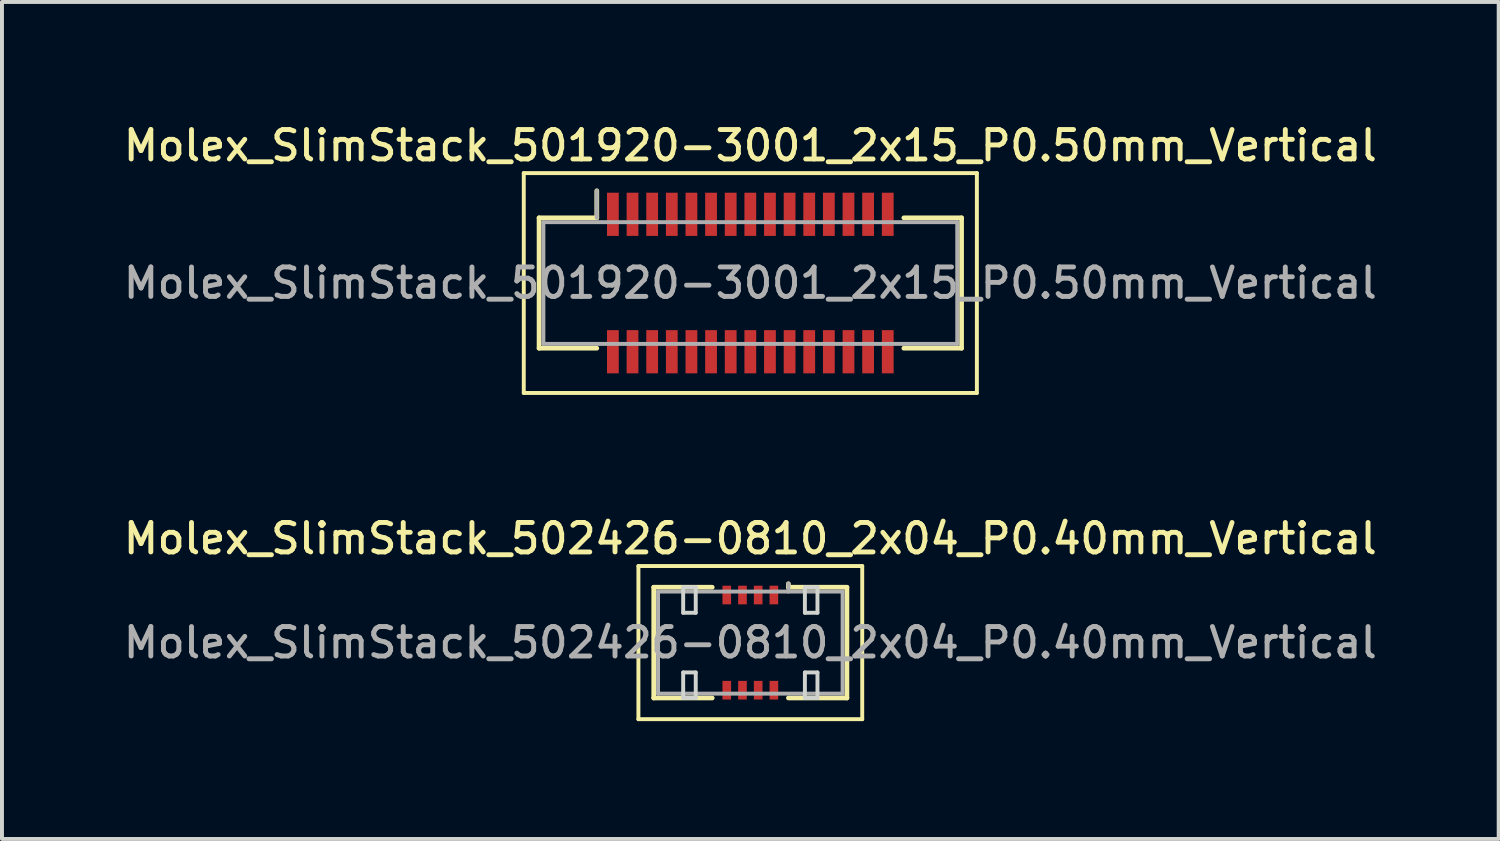
<source format=kicad_pcb>
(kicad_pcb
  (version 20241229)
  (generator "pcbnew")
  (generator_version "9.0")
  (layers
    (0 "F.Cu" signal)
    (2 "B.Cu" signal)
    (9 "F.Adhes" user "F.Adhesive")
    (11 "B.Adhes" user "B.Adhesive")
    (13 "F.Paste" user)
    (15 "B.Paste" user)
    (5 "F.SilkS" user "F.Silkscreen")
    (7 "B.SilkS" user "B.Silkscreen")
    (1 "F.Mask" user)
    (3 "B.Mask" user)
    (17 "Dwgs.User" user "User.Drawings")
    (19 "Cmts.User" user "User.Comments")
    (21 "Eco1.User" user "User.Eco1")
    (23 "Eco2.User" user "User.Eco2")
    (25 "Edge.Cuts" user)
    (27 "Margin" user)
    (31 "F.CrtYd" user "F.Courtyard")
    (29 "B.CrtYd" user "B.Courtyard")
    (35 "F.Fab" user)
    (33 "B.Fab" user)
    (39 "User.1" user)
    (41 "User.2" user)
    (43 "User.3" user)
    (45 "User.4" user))
  (footprint "Molex_SlimStack_502426-0810_2x04_P0.40mm_Vertical"
    (layer "F.Cu")
    (at 16.059 13.316)
    (property "Reference" "Molex_SlimStack_502426-0810_2x04_P0.40mm_Vertical" (at 0 -2.65 0) (layer "F.SilkS") (effects (font (size 0.75 0.75) (thickness 0.125))))
    (attr smd)
    (fp_line (start -2.85 -1.95) (end -2.85 1.95) (stroke (width 0.1) (type solid)) (layer "F.SilkS"))
    (fp_line (start -2.85 1.95) (end 2.85 1.95) (stroke (width 0.1) (type solid)) (layer "F.SilkS"))
    (fp_line (start -2.46 -1.41) (end -0.97 -1.41) (stroke (width 0.12) (type solid)) (layer "F.SilkS"))
    (fp_line (start -2.46 1.41) (end -2.46 -1.41) (stroke (width 0.12) (type solid)) (layer "F.SilkS"))
    (fp_line (start -0.97 1.41) (end -2.46 1.41) (stroke (width 0.12) (type solid)) (layer "F.SilkS"))
    (fp_line (start 0.97 -1.41) (end 0.97 -1.5) (stroke (width 0.12) (type solid)) (layer "F.SilkS"))
    (fp_line (start 0.97 1.41) (end 2.46 1.41) (stroke (width 0.12) (type solid)) (layer "F.SilkS"))
    (fp_line (start 2.46 -1.41) (end 0.97 -1.41) (stroke (width 0.12) (type solid)) (layer "F.SilkS"))
    (fp_line (start 2.46 1.41) (end 2.46 -1.41) (stroke (width 0.12) (type solid)) (layer "F.SilkS"))
    (fp_line (start 2.85 -1.95) (end -2.85 -1.95) (stroke (width 0.1) (type solid)) (layer "F.SilkS"))
    (fp_line (start 2.85 1.95) (end 2.85 -1.95) (stroke (width 0.1) (type solid)) (layer "F.SilkS"))
    (fp_line (start -1.71 -1.41) (end -1.71 -0.76) (stroke (width 0.1) (type solid)) (layer "Edge.Cuts"))
    (fp_line (start -1.71 -0.76) (end -1.39 -0.76) (stroke (width 0.1) (type solid)) (layer "Edge.Cuts"))
    (fp_line (start -1.71 0.76) (end -1.71 1.41) (stroke (width 0.1) (type solid)) (layer "Edge.Cuts"))
    (fp_line (start -1.71 1.41) (end -1.39 1.41) (stroke (width 0.1) (type solid)) (layer "Edge.Cuts"))
    (fp_line (start -1.39 -1.41) (end -1.71 -1.41) (stroke (width 0.1) (type solid)) (layer "Edge.Cuts"))
    (fp_line (start -1.39 -0.76) (end -1.39 -1.41) (stroke (width 0.1) (type solid)) (layer "Edge.Cuts"))
    (fp_line (start -1.39 0.76) (end -1.71 0.76) (stroke (width 0.1) (type solid)) (layer "Edge.Cuts"))
    (fp_line (start -1.39 1.41) (end -1.39 0.76) (stroke (width 0.1) (type solid)) (layer "Edge.Cuts"))
    (fp_line (start 1.39 -1.41) (end 1.39 -0.76) (stroke (width 0.1) (type solid)) (layer "Edge.Cuts"))
    (fp_line (start 1.39 -0.76) (end 1.71 -0.76) (stroke (width 0.1) (type solid)) (layer "Edge.Cuts"))
    (fp_line (start 1.39 0.76) (end 1.39 1.41) (stroke (width 0.1) (type solid)) (layer "Edge.Cuts"))
    (fp_line (start 1.39 1.41) (end 1.71 1.41) (stroke (width 0.1) (type solid)) (layer "Edge.Cuts"))
    (fp_line (start 1.71 -1.41) (end 1.39 -1.41) (stroke (width 0.1) (type solid)) (layer "Edge.Cuts"))
    (fp_line (start 1.71 -0.76) (end 1.71 -1.41) (stroke (width 0.1) (type solid)) (layer "Edge.Cuts"))
    (fp_line (start 1.71 0.76) (end 1.39 0.76) (stroke (width 0.1) (type solid)) (layer "Edge.Cuts"))
    (fp_line (start 1.71 1.41) (end 1.71 0.76) (stroke (width 0.1) (type solid)) (layer "Edge.Cuts"))
    (fp_line (start -2.35 -1.3) (end -2.35 1.3) (stroke (width 0.1) (type solid)) (layer "F.Fab"))
    (fp_line (start -2.35 1.3) (end 2.35 1.3) (stroke (width 0.1) (type solid)) (layer "F.Fab"))
    (fp_line (start 0.97 -1.3) (end 0.97 -1.5) (stroke (width 0.1) (type solid)) (layer "F.Fab"))
    (fp_line (start 2.35 -1.3) (end -2.35 -1.3) (stroke (width 0.1) (type solid)) (layer "F.Fab"))
    (fp_line (start 2.35 1.3) (end 2.35 -1.3) (stroke (width 0.1) (type solid)) (layer "F.Fab"))
    (fp_text user "${REFERENCE}" (at 0 0 0) (layer "F.Fab") (effects (font (size 0.75 0.75) (thickness 0.125))))
    (pad "1" smd rect (at 0.6 -1.212) (size 0.22 0.475) (layers "F.Cu" "F.Mask" "F.Paste"))
    (pad "2" smd rect (at 0.6 1.212) (size 0.22 0.475) (layers "F.Cu" "F.Mask" "F.Paste"))
    (pad "3" smd rect (at 0.2 -1.212) (size 0.22 0.475) (layers "F.Cu" "F.Mask" "F.Paste"))
    (pad "4" smd rect (at 0.2 1.212) (size 0.22 0.475) (layers "F.Cu" "F.Mask" "F.Paste"))
    (pad "5" smd rect (at -0.2 -1.212) (size 0.22 0.475) (layers "F.Cu" "F.Mask" "F.Paste"))
    (pad "6" smd rect (at -0.2 1.212) (size 0.22 0.475) (layers "F.Cu" "F.Mask" "F.Paste"))
    (pad "7" smd rect (at -0.6 -1.212) (size 0.22 0.475) (layers "F.Cu" "F.Mask" "F.Paste"))
    (pad "8" smd rect (at -0.6 1.212) (size 0.22 0.475) (layers "F.Cu" "F.Mask" "F.Paste")))
  (footprint "Molex_SlimStack_501920-3001_2x15_P0.50mm_Vertical"
    (layer "F.Cu")
    (at 16.059 4.158)
    (property "Reference" "Molex_SlimStack_501920-3001_2x15_P0.50mm_Vertical" (at 0 -3.5 0) (layer "F.SilkS") (effects (font (size 0.75 0.75) (thickness 0.125))))
    (attr smd)
    (fp_line (start -5.77 -2.8) (end -5.77 2.8) (stroke (width 0.1) (type solid)) (layer "F.SilkS"))
    (fp_line (start -5.77 2.8) (end 5.77 2.8) (stroke (width 0.1) (type solid)) (layer "F.SilkS"))
    (fp_line (start -5.38 -1.66) (end -3.91 -1.66) (stroke (width 0.12) (type solid)) (layer "F.SilkS"))
    (fp_line (start -5.38 1.66) (end -5.38 -1.66) (stroke (width 0.12) (type solid)) (layer "F.SilkS"))
    (fp_line (start -3.91 -1.66) (end -3.91 -2.35) (stroke (width 0.12) (type solid)) (layer "F.SilkS"))
    (fp_line (start -3.91 1.66) (end -5.38 1.66) (stroke (width 0.12) (type solid)) (layer "F.SilkS"))
    (fp_line (start 3.91 1.66) (end 5.38 1.66) (stroke (width 0.12) (type solid)) (layer "F.SilkS"))
    (fp_line (start 5.38 -1.66) (end 3.91 -1.66) (stroke (width 0.12) (type solid)) (layer "F.SilkS"))
    (fp_line (start 5.38 1.66) (end 5.38 -1.66) (stroke (width 0.12) (type solid)) (layer "F.SilkS"))
    (fp_line (start 5.77 -2.8) (end -5.77 -2.8) (stroke (width 0.1) (type solid)) (layer "F.SilkS"))
    (fp_line (start 5.77 2.8) (end 5.77 -2.8) (stroke (width 0.1) (type solid)) (layer "F.SilkS"))
    (fp_line (start -5.27 -1.55) (end -5.27 1.55) (stroke (width 0.1) (type solid)) (layer "F.Fab"))
    (fp_line (start -5.27 1.55) (end 5.27 1.55) (stroke (width 0.1) (type solid)) (layer "F.Fab"))
    (fp_line (start -3.91 -1.66) (end -3.91 -2.35) (stroke (width 0.1) (type solid)) (layer "F.Fab"))
    (fp_line (start 5.27 -1.55) (end -5.27 -1.55) (stroke (width 0.1) (type solid)) (layer "F.Fab"))
    (fp_line (start 5.27 1.55) (end 5.27 -1.55) (stroke (width 0.1) (type solid)) (layer "F.Fab"))
    (fp_text user "${REFERENCE}" (at 0 0 0) (layer "F.Fab") (effects (font (size 0.75 0.75) (thickness 0.125))))
    (pad "1" smd rect (at -3.5 -1.75) (size 0.3 1.1) (layers "F.Cu" "F.Mask" "F.Paste"))
    (pad "2" smd rect (at -3.5 1.75) (size 0.3 1.1) (layers "F.Cu" "F.Mask" "F.Paste"))
    (pad "3" smd rect (at -3 -1.75) (size 0.3 1.1) (layers "F.Cu" "F.Mask" "F.Paste"))
    (pad "4" smd rect (at -3 1.75) (size 0.3 1.1) (layers "F.Cu" "F.Mask" "F.Paste"))
    (pad "5" smd rect (at -2.5 -1.75) (size 0.3 1.1) (layers "F.Cu" "F.Mask" "F.Paste"))
    (pad "6" smd rect (at -2.5 1.75) (size 0.3 1.1) (layers "F.Cu" "F.Mask" "F.Paste"))
    (pad "7" smd rect (at -2 -1.75) (size 0.3 1.1) (layers "F.Cu" "F.Mask" "F.Paste"))
    (pad "8" smd rect (at -2 1.75) (size 0.3 1.1) (layers "F.Cu" "F.Mask" "F.Paste"))
    (pad "9" smd rect (at -1.5 -1.75) (size 0.3 1.1) (layers "F.Cu" "F.Mask" "F.Paste"))
    (pad "10" smd rect (at -1.5 1.75) (size 0.3 1.1) (layers "F.Cu" "F.Mask" "F.Paste"))
    (pad "11" smd rect (at -1 -1.75) (size 0.3 1.1) (layers "F.Cu" "F.Mask" "F.Paste"))
    (pad "12" smd rect (at -1 1.75) (size 0.3 1.1) (layers "F.Cu" "F.Mask" "F.Paste"))
    (pad "13" smd rect (at -0.5 -1.75) (size 0.3 1.1) (layers "F.Cu" "F.Mask" "F.Paste"))
    (pad "14" smd rect (at -0.5 1.75) (size 0.3 1.1) (layers "F.Cu" "F.Mask" "F.Paste"))
    (pad "15" smd rect (at 0 -1.75) (size 0.3 1.1) (layers "F.Cu" "F.Mask" "F.Paste"))
    (pad "16" smd rect (at 0 1.75) (size 0.3 1.1) (layers "F.Cu" "F.Mask" "F.Paste"))
    (pad "17" smd rect (at 0.5 -1.75) (size 0.3 1.1) (layers "F.Cu" "F.Mask" "F.Paste"))
    (pad "18" smd rect (at 0.5 1.75) (size 0.3 1.1) (layers "F.Cu" "F.Mask" "F.Paste"))
    (pad "19" smd rect (at 1 -1.75) (size 0.3 1.1) (layers "F.Cu" "F.Mask" "F.Paste"))
    (pad "20" smd rect (at 1 1.75) (size 0.3 1.1) (layers "F.Cu" "F.Mask" "F.Paste"))
    (pad "21" smd rect (at 1.5 -1.75) (size 0.3 1.1) (layers "F.Cu" "F.Mask" "F.Paste"))
    (pad "22" smd rect (at 1.5 1.75) (size 0.3 1.1) (layers "F.Cu" "F.Mask" "F.Paste"))
    (pad "23" smd rect (at 2 -1.75) (size 0.3 1.1) (layers "F.Cu" "F.Mask" "F.Paste"))
    (pad "24" smd rect (at 2 1.75) (size 0.3 1.1) (layers "F.Cu" "F.Mask" "F.Paste"))
    (pad "25" smd rect (at 2.5 -1.75) (size 0.3 1.1) (layers "F.Cu" "F.Mask" "F.Paste"))
    (pad "26" smd rect (at 2.5 1.75) (size 0.3 1.1) (layers "F.Cu" "F.Mask" "F.Paste"))
    (pad "27" smd rect (at 3 -1.75) (size 0.3 1.1) (layers "F.Cu" "F.Mask" "F.Paste"))
    (pad "28" smd rect (at 3 1.75) (size 0.3 1.1) (layers "F.Cu" "F.Mask" "F.Paste"))
    (pad "29" smd rect (at 3.5 -1.75) (size 0.3 1.1) (layers "F.Cu" "F.Mask" "F.Paste"))
    (pad "30" smd rect (at 3.5 1.75) (size 0.3 1.1) (layers "F.Cu" "F.Mask" "F.Paste")))
  (gr_rect
    (start -3 -3)
    (end 35.118 18.316)
    (stroke (width 0.1) (type default))
    (fill no)
    (layer "Edge.Cuts")))
</source>
